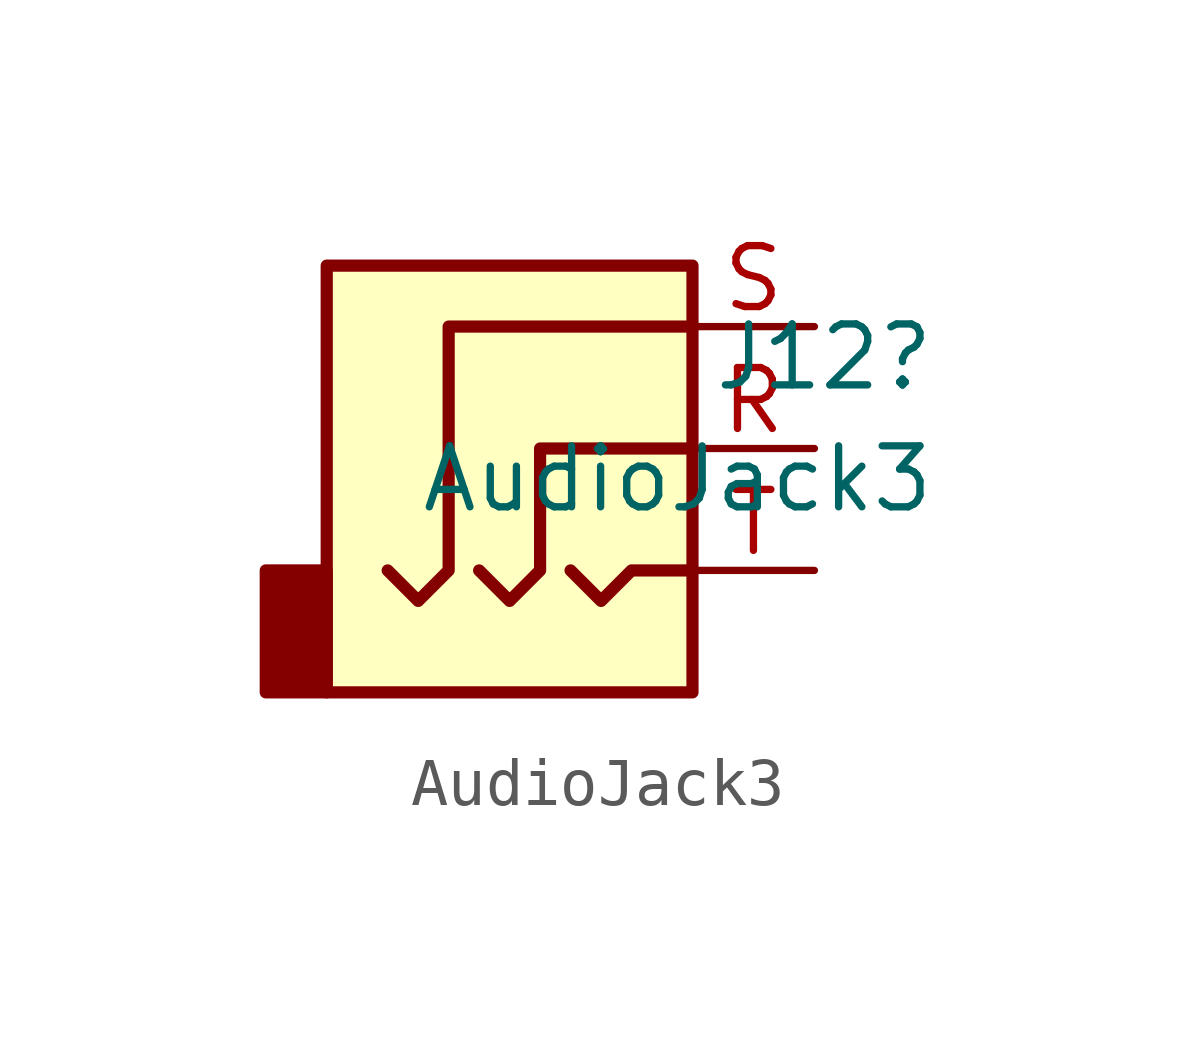
<source format=kicad_sym>
(kicad_symbol_lib
  (version 20211014)
  (generator kicad_symbol_editor)
  (symbol "AudioJack3"
    (property "Reference" "J12"
      (at 7.62 1.905 0)
      (effects (font (size 1.27 1.27)) (justify right)))
    (property "Value" "AudioJack3"
      (at 7.62 -0.635 0)
      (effects (font (size 1.27 1.27)) (justify right)))
    (symbol "AudioJack3_0_1"
      (rectangle (start -5.08 -5.08) (end -6.35 -2.54) (stroke (width 0.254) (type default) (color 0 0 0 0)) (fill (type outline)))
      (polyline (pts (xy 0 -2.54) (xy 0.635 -3.175) (xy 1.27 -2.54) (xy 2.54 -2.54)) (stroke (width 0.254) (type default) (color 0 0 0 0)) (fill (type none)))
      (polyline (pts (xy -1.905 -2.54) (xy -1.27 -3.175) (xy -0.635 -2.54) (xy -0.635 0) (xy 2.54 0)) (stroke (width 0.254) (type default) (color 0 0 0 0)) (fill (type none)))
      (polyline (pts (xy 2.54 2.54) (xy -2.54 2.54) (xy -2.54 -2.54) (xy -3.175 -3.175) (xy -3.81 -2.54)) (stroke (width 0.254) (type default) (color 0 0 0 0)) (fill (type none)))
      (rectangle (start 2.54 3.81) (end -5.08 -5.08) (stroke (width 0.254) (type default) (color 0 0 0 0)) (fill (type background))))
    (symbol "AudioJack3_1_1"
      (pin passive line (at 5.08 0 180) (length 2.54) (name "~" (effects (font (size 1.27 1.27)))) (number "R" (effects (font (size 1.27 1.27)))))
      (pin no_connect line (at -2.54 -5.08 0) (length 2.54) hide (name "NC" (effects (font (size 1.27 1.27)))) (number "RN" (effects (font (size 1.27 1.27)))))
      (pin passive line (at 5.08 2.54 180) (length 2.54) (name "~" (effects (font (size 1.27 1.27)))) (number "S" (effects (font (size 1.27 1.27)))))
      (pin passive line (at 5.08 -2.54 180) (length 2.54) (name "~" (effects (font (size 1.27 1.27)))) (number "T" (effects (font (size 1.27 1.27)))))
      (pin no_connect line (at -2.54 -2.54 0) (length 2.54) hide (name "NC" (effects (font (size 1.27 1.27)))) (number "TN" (effects (font (size 1.27 1.27))))))))
</source>
